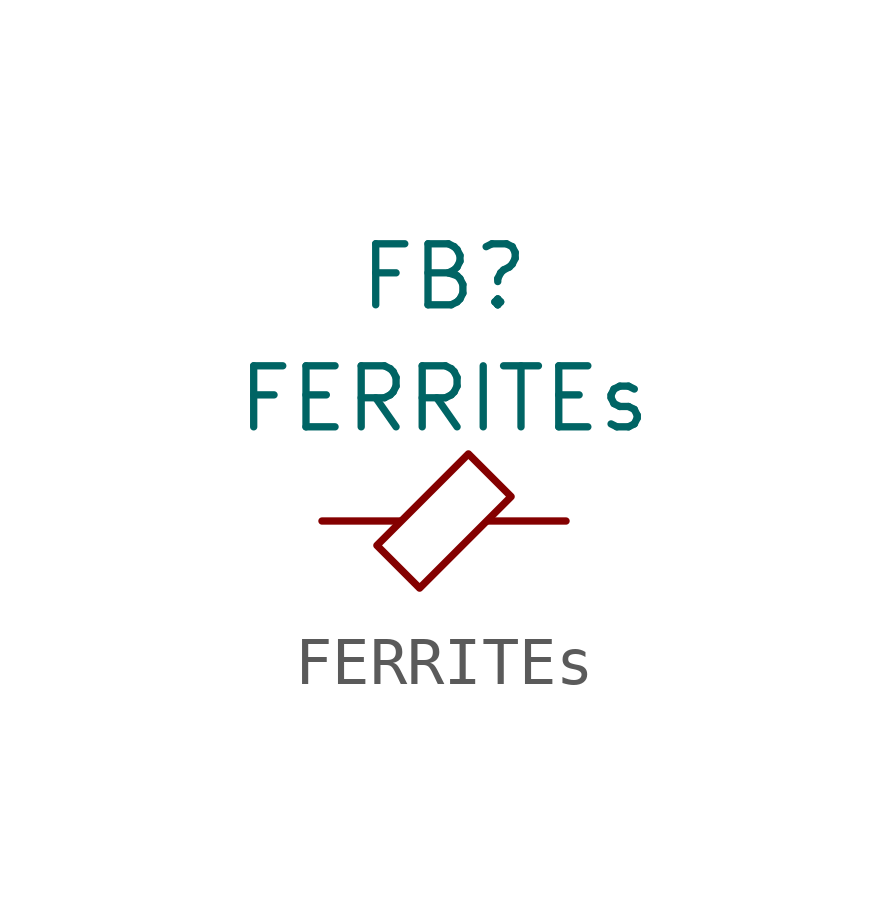
<source format=kicad_sym>
(kicad_symbol_lib
  (version 20211014)
  (generator kicad_symbol_editor)
  (symbol "FERRITEs"
    (pin_numbers hide)
    (pin_names
      (offset 1.016) hide)
    (property "Reference" "FB"
      (at 0 3.81 0)
      (effects (font (size 1.27 1.27))))
    (property "Value" "FERRITEs"
      (at 0 1.27 0)
      (effects (font (size 1.27 1.27))))
    (symbol "FERRITEs_0_1"
      (polyline (pts (xy -1.397 -1.778) (xy 0.508 0.127) (xy 1.397 -0.762) (xy -0.508 -2.667) (xy -1.397 -1.778)) (stroke (width 0) (type default) (color 0 0 0 0)) (fill (type none))))
    (symbol "FERRITEs_1_1"
      (pin passive line (at -2.54 -1.27 0) (length 1.626) (name "~" (effects (font (size 1.27 1.27)))) (number "1" (effects (font (size 1.016 1.016)))))
      (pin passive line (at 2.54 -1.27 180) (length 1.626) (name "~" (effects (font (size 1.27 1.27)))) (number "2" (effects (font (size 1.016 1.016))))))))
</source>
